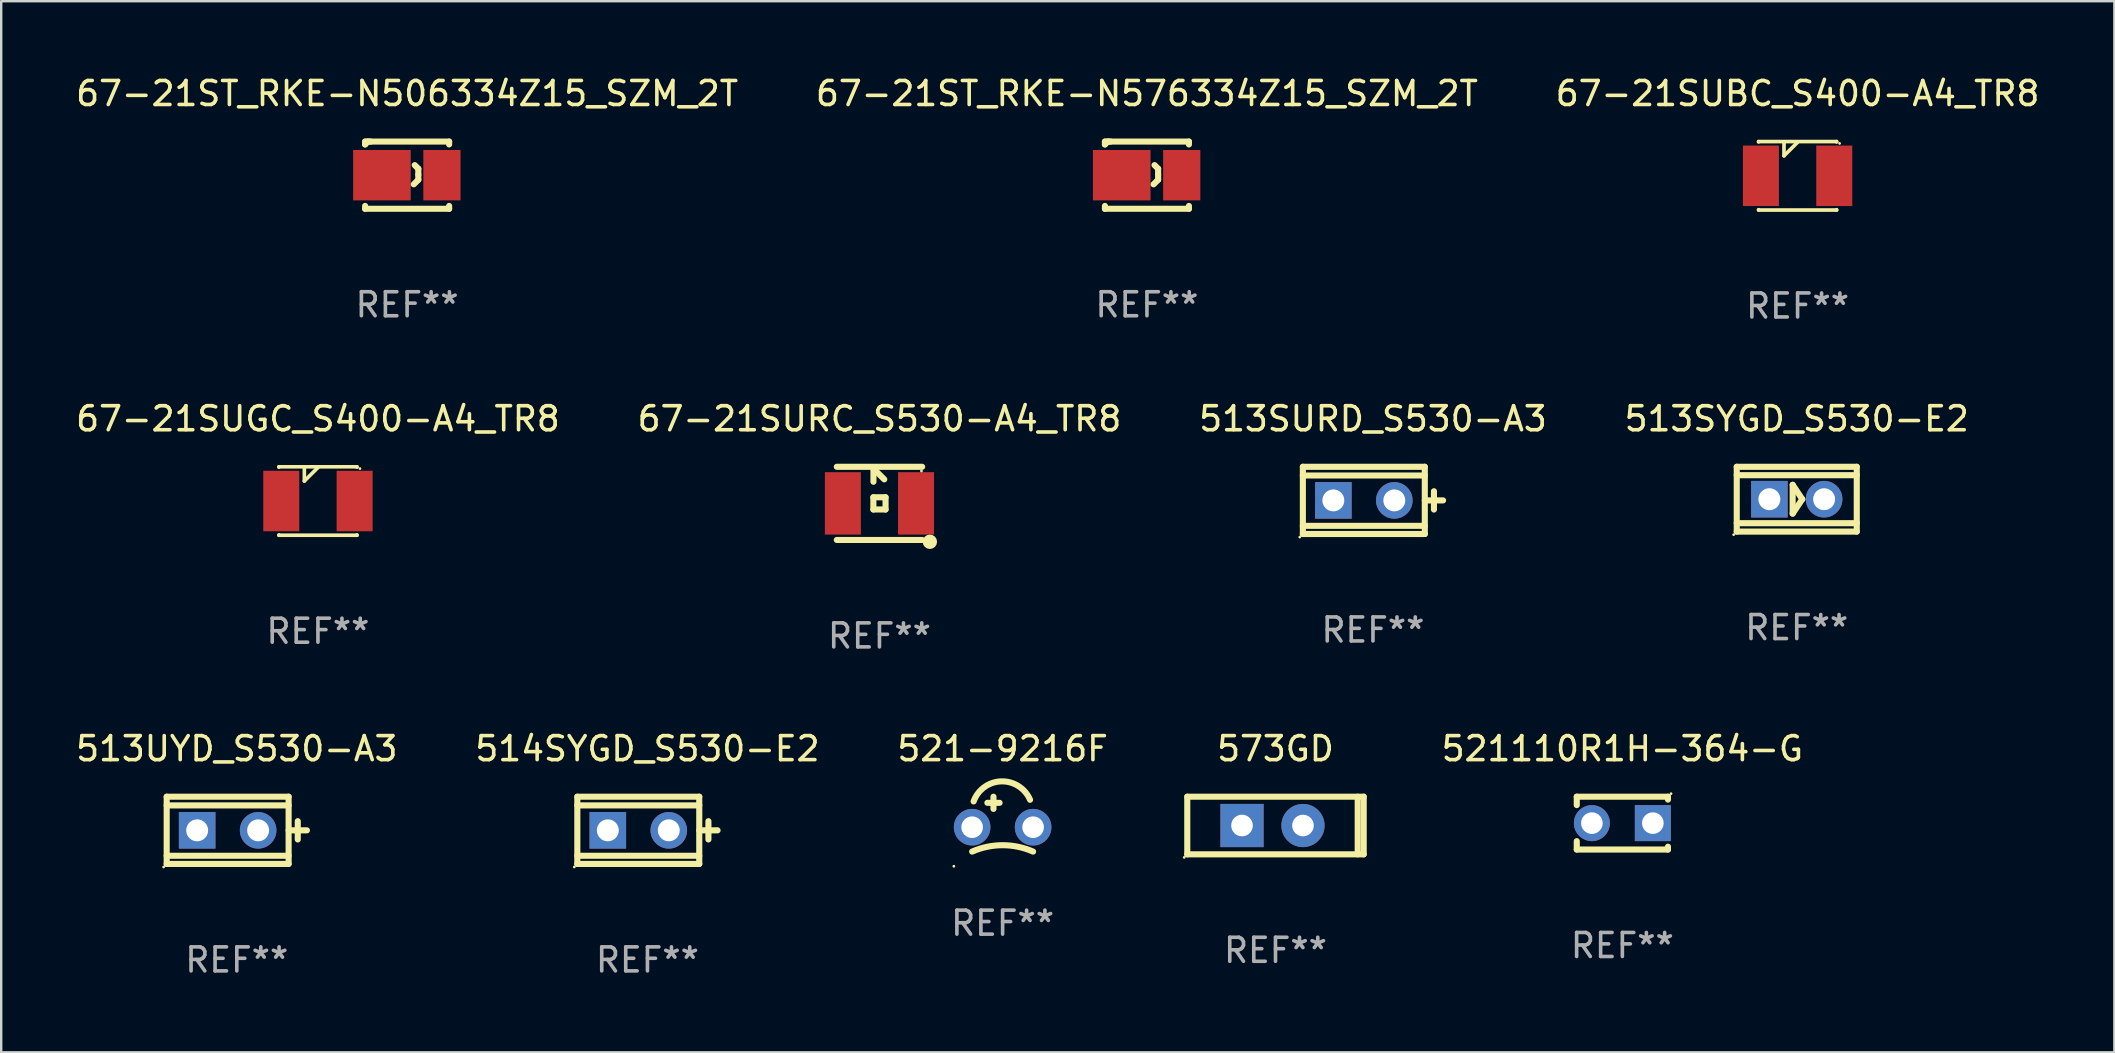
<source format=kicad_pcb>
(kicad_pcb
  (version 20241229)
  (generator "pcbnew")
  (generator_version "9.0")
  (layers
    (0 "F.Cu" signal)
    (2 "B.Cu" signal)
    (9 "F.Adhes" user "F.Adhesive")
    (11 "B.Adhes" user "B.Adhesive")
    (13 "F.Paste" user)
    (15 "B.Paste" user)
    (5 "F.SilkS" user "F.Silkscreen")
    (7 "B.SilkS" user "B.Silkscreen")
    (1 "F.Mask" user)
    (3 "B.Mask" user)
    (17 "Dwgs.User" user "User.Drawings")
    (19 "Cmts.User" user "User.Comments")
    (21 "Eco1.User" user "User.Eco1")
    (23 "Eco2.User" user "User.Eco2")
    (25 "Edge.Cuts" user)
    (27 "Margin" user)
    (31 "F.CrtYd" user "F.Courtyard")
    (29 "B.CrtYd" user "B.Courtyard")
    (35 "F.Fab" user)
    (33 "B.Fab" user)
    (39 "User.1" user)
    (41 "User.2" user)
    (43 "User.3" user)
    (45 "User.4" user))
  (footprint "67-21SURC_S530-A4_TR8"
    (layer "F.Cu")
    (at 33.589 17.921)
    (property "Reference" "67-21SURC_S530-A4_TR8" (at 0 -3.524 0) (layer "F.SilkS") (effects (font (size 1 1) (thickness 0.15))))
    (attr through_hole)
    (fp_line (start -0.254 -0.254) (end -0.254 0.254) (stroke (width 0.254) (type solid)) (layer "F.SilkS"))
    (fp_line (start -0.254 0.254) (end 0.254 0.254) (stroke (width 0.254) (type solid)) (layer "F.SilkS"))
    (fp_line (start -0.25 -1.45) (end 0.2 -1) (stroke (width 0.254) (type solid)) (layer "F.SilkS"))
    (fp_line (start -0.25 -0.9) (end -0.25 -1.45) (stroke (width 0.254) (type solid)) (layer "F.SilkS"))
    (fp_line (start 0.254 -0.254) (end -0.254 -0.254) (stroke (width 0.254) (type solid)) (layer "F.SilkS"))
    (fp_line (start 0.254 0.254) (end 0.254 -0.254) (stroke (width 0.254) (type solid)) (layer "F.SilkS"))
    (fp_line (start 1.778 -1.524) (end -1.778 -1.524) (stroke (width 0.254) (type solid)) (layer "F.SilkS"))
    (fp_line (start 1.778 1.524) (end -1.778 1.524) (stroke (width 0.254) (type solid)) (layer "F.SilkS"))
    (fp_circle (center 1.75 -1.35) (end 1.78 -1.35) (stroke (width 0.06) (type solid)) (fill no) (layer "F.SilkS"))
    (fp_circle (center 2.1 1.6) (end 2.25 1.6) (stroke (width 0.3) (type solid)) (fill no) (layer "F.SilkS"))
    (fp_text user "REF**" (at 0 5.524 0) (layer "F.Fab") (effects (font (size 1 1) (thickness 0.15))))
    (pad "1" smd rect (at 1.524 0 180) (size 1.5 2.6) (layers "F.Cu" "F.Mask" "F.Paste"))
    (pad "2" smd rect (at -1.524 0 180) (size 1.5 2.6) (layers "F.Cu" "F.Mask" "F.Paste")))
  (footprint "573GD"
    (layer "F.Cu")
    (at 50.088 31.342)
    (property "Reference" "573GD" (at 0 -3.2 0) (layer "F.SilkS") (effects (font (size 1 1) (thickness 0.15))))
    (attr through_hole)
    (fp_line (start -3.675 1.2) (end -3.675 -1.2) (stroke (width 0.254) (type solid)) (layer "F.SilkS"))
    (fp_line (start 3.425 1.2) (end 3.425 -1.2) (stroke (width 0.254) (type solid)) (layer "F.SilkS"))
    (fp_line (start 3.675 -1.2) (end -3.675 -1.2) (stroke (width 0.254) (type solid)) (layer "F.SilkS"))
    (fp_line (start 3.675 1.2) (end -3.675 1.2) (stroke (width 0.254) (type solid)) (layer "F.SilkS"))
    (fp_line (start 3.675 1.2) (end 3.675 -1.2) (stroke (width 0.254) (type solid)) (layer "F.SilkS"))
    (fp_circle (center -3.802 1.327) (end -3.772 1.327) (stroke (width 0.06) (type solid)) (fill no) (layer "F.SilkS"))
    (fp_text user "REF**" (at 0 5.2 0) (layer "F.Fab") (effects (font (size 1 1) (thickness 0.15))))
    (pad "1" thru_hole rect (at -1.395 0) (size 1.8 1.8) (drill 0.9) (layers "*.Cu" "*.Mask"))
    (pad "2" thru_hole circle (at 1.145 0) (size 1.8 1.8) (drill 0.9) (layers "*.Cu" "*.Mask")))
  (footprint "521-9216F"
    (layer "F.Cu")
    (at 38.72 30.777)
    (property "Reference" "521-9216F" (at 0 -2.635 0) (layer "F.SilkS") (effects (font (size 1 1) (thickness 0.15))))
    (attr through_hole)
    (fp_line (start -0.635 -0.381) (end -0.127 -0.381) (stroke (width 0.254) (type solid)) (layer "F.SilkS"))
    (fp_line (start -0.381 -0.635) (end -0.381 -0.127) (stroke (width 0.254) (type solid)) (layer "F.SilkS"))
    (fp_arc (start -1.270003 1.651003) (mid 0 1.384802) (end 1.270002 1.651003) (stroke (width 0.254001) (type solid)) (layer "F.SilkS"))
    (fp_arc (start -1.208153 -0.438913) (mid -0.056118 -1.274652) (end 1.143002 -0.508001) (stroke (width 0.254001) (type solid)) (layer "F.SilkS"))
    (fp_circle (center -2.032 2.261) (end -2.002 2.261) (stroke (width 0.06) (type solid)) (fill no) (layer "F.SilkS"))
    (fp_text user "REF**" (at 0 4.635 0) (layer "F.Fab") (effects (font (size 1 1) (thickness 0.15))))
    (pad "1" thru_hole circle (at -1.27 0.635) (size 1.524 1.524) (drill 0.9) (layers "*.Cu" "*.Mask"))
    (pad "2" thru_hole circle (at 1.27 0.635) (size 1.524 1.524) (drill 0.9) (layers "*.Cu" "*.Mask")))
  (footprint "513UYD_S530-A3"
    (layer "F.Cu")
    (at 6.815 31.542)
    (property "Reference" "513UYD_S530-A3" (at 0 -3.4 0) (layer "F.SilkS") (effects (font (size 1 1) (thickness 0.15))))
    (attr through_hole)
    (fp_line (start -2.921 -1.4) (end 2.159 -1.4) (stroke (width 0.254) (type solid)) (layer "F.SilkS"))
    (fp_line (start -2.921 -1.038) (end 2.159 -1.038) (stroke (width 0.254) (type solid)) (layer "F.SilkS"))
    (fp_line (start -2.921 1.06) (end 2.159 1.06) (stroke (width 0.254) (type solid)) (layer "F.SilkS"))
    (fp_line (start -2.921 1.4) (end -2.921 -1.4) (stroke (width 0.254) (type solid)) (layer "F.SilkS"))
    (fp_line (start 2.159 -1.4) (end 2.159 1.4) (stroke (width 0.254) (type solid)) (layer "F.SilkS"))
    (fp_line (start 2.159 0) (end 2.921 0) (stroke (width 0.254) (type solid)) (layer "F.SilkS"))
    (fp_line (start 2.159 1.4) (end -2.921 1.4) (stroke (width 0.254) (type solid)) (layer "F.SilkS"))
    (fp_line (start 2.54 -0.381) (end 2.54 0.381) (stroke (width 0.254) (type solid)) (layer "F.SilkS"))
    (fp_circle (center -3.048 1.527) (end -3.018 1.527) (stroke (width 0.06) (type solid)) (fill no) (layer "F.SilkS"))
    (fp_text user "REF**" (at 0 5.4 0) (layer "F.Fab") (effects (font (size 1 1) (thickness 0.15))))
    (pad "1" thru_hole rect (at -1.651 0) (size 1.524 1.524) (drill 0.914) (layers "*.Cu" "*.Mask"))
    (pad "2" thru_hole circle (at 0.889 0) (size 1.524 1.524) (drill 0.914) (layers "*.Cu" "*.Mask")))
  (footprint "67-21SUGC_S400-A4_TR8"
    (layer "F.Cu")
    (at 10.196 17.823)
    (property "Reference" "67-21SUGC_S400-A4_TR8" (at 0 -3.426 0) (layer "F.SilkS") (effects (font (size 1 1) (thickness 0.15))))
    (attr through_hole)
    (fp_line (start -1.626 -1.426) (end -1.626 -1.412) (stroke (width 0.152) (type solid)) (layer "F.SilkS"))
    (fp_line (start -1.626 1.426) (end -1.626 1.412) (stroke (width 0.152) (type solid)) (layer "F.SilkS"))
    (fp_line (start -0.566 -0.833) (end -0.566 -1.369) (stroke (width 0.152) (type solid)) (layer "F.SilkS"))
    (fp_line (start -0.000013 -1.397) (end -0.566 -0.833) (stroke (width 0.152) (type solid)) (layer "F.SilkS"))
    (fp_line (start 1.626 -1.426) (end -1.626 -1.426) (stroke (width 0.152) (type solid)) (layer "F.SilkS"))
    (fp_line (start 1.626 -1.412) (end 1.626 -1.426) (stroke (width 0.152) (type solid)) (layer "F.SilkS"))
    (fp_line (start 1.626 1.412) (end 1.626 1.426) (stroke (width 0.152) (type solid)) (layer "F.SilkS"))
    (fp_line (start 1.626 1.426) (end -1.626 1.426) (stroke (width 0.152) (type solid)) (layer "F.SilkS"))
    (fp_circle (center 1.75 -1.35) (end 1.78 -1.35) (stroke (width 0.06) (type solid)) (fill no) (layer "F.SilkS"))
    (fp_text user "REF**" (at 0 5.426 0) (layer "F.Fab") (effects (font (size 1 1) (thickness 0.15))))
    (pad "1" smd rect (at 1.528 0 180) (size 1.5 2.52) (layers "F.Cu" "F.Mask" "F.Paste"))
    (pad "2" smd rect (at -1.528 0 180) (size 1.5 2.52) (layers "F.Cu" "F.Mask" "F.Paste")))
  (footprint "67-21ST_RKE-N506334Z15_SZM_2T"
    (layer "F.Cu")
    (at 13.911 4.248)
    (property "Reference" "67-21ST_RKE-N506334Z15_SZM_2T" (at 0 -3.4 0) (layer "F.SilkS") (effects (font (size 1 1) (thickness 0.15))))
    (attr through_hole)
    (fp_line (start -1.75 -1.4) (end -1.75 -1.281) (stroke (width 0.254) (type solid)) (layer "F.SilkS"))
    (fp_line (start -1.75 -1.4) (end 1.75 -1.4) (stroke (width 0.254) (type solid)) (layer "F.SilkS"))
    (fp_line (start -1.75 1.281) (end -1.75 1.4) (stroke (width 0.254) (type solid)) (layer "F.SilkS"))
    (fp_line (start -1.631 -1.4) (end -1.75 -1.281) (stroke (width 0.254) (type solid)) (layer "F.SilkS"))
    (fp_line (start -1.513 -1.4) (end -1.631 -1.4) (stroke (width 0.254) (type solid)) (layer "F.SilkS"))
    (fp_line (start 0.277 0.381) (end 0.467 0.191) (stroke (width 0.254) (type solid)) (layer "F.SilkS"))
    (fp_line (start 0.467 -0.269) (end 0.317 -0.419) (stroke (width 0.254) (type solid)) (layer "F.SilkS"))
    (fp_line (start 0.467 -0.019) (end 0.467 -0.269) (stroke (width 0.254) (type solid)) (layer "F.SilkS"))
    (fp_line (start 0.467 0.191) (end 0.467 -0.019) (stroke (width 0.254) (type solid)) (layer "F.SilkS"))
    (fp_line (start 1.75 -1.4) (end 1.75 -1.281) (stroke (width 0.254) (type solid)) (layer "F.SilkS"))
    (fp_line (start 1.75 1.281) (end 1.75 1.4) (stroke (width 0.254) (type solid)) (layer "F.SilkS"))
    (fp_line (start 1.75 1.4) (end -1.75 1.4) (stroke (width 0.254) (type solid)) (layer "F.SilkS"))
    (fp_circle (center -1.775 1.4) (end -1.745 1.4) (stroke (width 0.06) (type solid)) (fill no) (layer "F.SilkS"))
    (fp_text user "REF**" (at 0 5.4 0) (layer "F.Fab") (effects (font (size 1 1) (thickness 0.15))))
    (pad "1" smd rect (at -1.05 0.000102) (size 2.4 2.1) (layers "F.Cu" "F.Mask" "F.Paste"))
    (pad "2" smd rect (at 1.45 0.000102) (size 1.55 2.1) (layers "F.Cu" "F.Mask" "F.Paste")))
  (footprint "67-21SUBC_S400-A4_TR8"
    (layer "F.Cu")
    (at 71.839 4.274)
    (property "Reference" "67-21SUBC_S400-A4_TR8" (at 0 -3.426 0) (layer "F.SilkS") (effects (font (size 1 1) (thickness 0.15))))
    (attr through_hole)
    (fp_line (start -1.626 -1.426) (end -1.626 -1.412) (stroke (width 0.152) (type solid)) (layer "F.SilkS"))
    (fp_line (start -1.626 1.426) (end -1.626 1.412) (stroke (width 0.152) (type solid)) (layer "F.SilkS"))
    (fp_line (start -0.566 -0.833) (end -0.566 -1.369) (stroke (width 0.152) (type solid)) (layer "F.SilkS"))
    (fp_line (start 0 -1.397) (end -0.566 -0.833) (stroke (width 0.152) (type solid)) (layer "F.SilkS"))
    (fp_line (start 1.626 -1.426) (end -1.626 -1.426) (stroke (width 0.152) (type solid)) (layer "F.SilkS"))
    (fp_line (start 1.626 -1.412) (end 1.626 -1.426) (stroke (width 0.152) (type solid)) (layer "F.SilkS"))
    (fp_line (start 1.626 1.412) (end 1.626 1.426) (stroke (width 0.152) (type solid)) (layer "F.SilkS"))
    (fp_line (start 1.626 1.426) (end -1.626 1.426) (stroke (width 0.152) (type solid)) (layer "F.SilkS"))
    (fp_circle (center 1.75 -1.35) (end 1.78 -1.35) (stroke (width 0.06) (type solid)) (fill no) (layer "F.SilkS"))
    (fp_text user "REF**" (at 0 5.426 0) (layer "F.Fab") (effects (font (size 1 1) (thickness 0.15))))
    (pad "1" smd rect (at 1.528 0 180) (size 1.5 2.52) (layers "F.Cu" "F.Mask" "F.Paste"))
    (pad "2" smd rect (at -1.528 0 180) (size 1.5 2.52) (layers "F.Cu" "F.Mask" "F.Paste")))
  (footprint "514SYGD_S530-E2"
    (layer "F.Cu")
    (at 23.923 31.542)
    (property "Reference" "514SYGD_S530-E2" (at 0 -3.4 0) (layer "F.SilkS") (effects (font (size 1 1) (thickness 0.15))))
    (attr through_hole)
    (fp_line (start -2.921 -1.4) (end 2.159 -1.4) (stroke (width 0.254) (type solid)) (layer "F.SilkS"))
    (fp_line (start -2.921 -1.038) (end 2.159 -1.038) (stroke (width 0.254) (type solid)) (layer "F.SilkS"))
    (fp_line (start -2.921 1.06) (end 2.159 1.06) (stroke (width 0.254) (type solid)) (layer "F.SilkS"))
    (fp_line (start -2.921 1.4) (end -2.921 -1.4) (stroke (width 0.254) (type solid)) (layer "F.SilkS"))
    (fp_line (start 2.159 -1.4) (end 2.159 1.4) (stroke (width 0.254) (type solid)) (layer "F.SilkS"))
    (fp_line (start 2.159 0) (end 2.921 0) (stroke (width 0.254) (type solid)) (layer "F.SilkS"))
    (fp_line (start 2.159 1.4) (end -2.921 1.4) (stroke (width 0.254) (type solid)) (layer "F.SilkS"))
    (fp_line (start 2.54 -0.381) (end 2.54 0.381) (stroke (width 0.254) (type solid)) (layer "F.SilkS"))
    (fp_circle (center -3.048 1.527) (end -3.018 1.527) (stroke (width 0.06) (type solid)) (fill no) (layer "F.SilkS"))
    (fp_text user "REF**" (at 0 5.4 0) (layer "F.Fab") (effects (font (size 1 1) (thickness 0.15))))
    (pad "1" thru_hole rect (at -1.651 0) (size 1.524 1.524) (drill 0.914) (layers "*.Cu" "*.Mask"))
    (pad "2" thru_hole circle (at 0.889 0) (size 1.524 1.524) (drill 0.914) (layers "*.Cu" "*.Mask")))
  (footprint "513SURD_S530-A3"
    (layer "F.Cu")
    (at 54.149 17.797)
    (property "Reference" "513SURD_S530-A3" (at 0 -3.4 0) (layer "F.SilkS") (effects (font (size 1 1) (thickness 0.15))))
    (attr through_hole)
    (fp_line (start -2.921 -1.4) (end 2.159 -1.4) (stroke (width 0.254) (type solid)) (layer "F.SilkS"))
    (fp_line (start -2.921 -1.038) (end 2.159 -1.038) (stroke (width 0.254) (type solid)) (layer "F.SilkS"))
    (fp_line (start -2.921 1.06) (end 2.159 1.06) (stroke (width 0.254) (type solid)) (layer "F.SilkS"))
    (fp_line (start -2.921 1.4) (end -2.921 -1.4) (stroke (width 0.254) (type solid)) (layer "F.SilkS"))
    (fp_line (start 2.159 -1.4) (end 2.159 1.4) (stroke (width 0.254) (type solid)) (layer "F.SilkS"))
    (fp_line (start 2.159 0) (end 2.921 0) (stroke (width 0.254) (type solid)) (layer "F.SilkS"))
    (fp_line (start 2.159 1.4) (end -2.921 1.4) (stroke (width 0.254) (type solid)) (layer "F.SilkS"))
    (fp_line (start 2.54 -0.381) (end 2.54 0.381) (stroke (width 0.254) (type solid)) (layer "F.SilkS"))
    (fp_circle (center -3.048 1.527) (end -3.018 1.527) (stroke (width 0.06) (type solid)) (fill no) (layer "F.SilkS"))
    (fp_text user "REF**" (at 0 5.4 0) (layer "F.Fab") (effects (font (size 1 1) (thickness 0.15))))
    (pad "1" thru_hole rect (at -1.651 0) (size 1.524 1.524) (drill 0.914) (layers "*.Cu" "*.Mask"))
    (pad "2" thru_hole circle (at 0.889 0) (size 1.524 1.524) (drill 0.914) (layers "*.Cu" "*.Mask")))
  (footprint "67-21ST_RKE-N576334Z15_SZM_2T"
    (layer "F.Cu")
    (at 44.732 4.248)
    (property "Reference" "67-21ST_RKE-N576334Z15_SZM_2T" (at 0 -3.4 0) (layer "F.SilkS") (effects (font (size 1 1) (thickness 0.15))))
    (attr through_hole)
    (fp_line (start -1.75 -1.4) (end -1.75 -1.281) (stroke (width 0.254) (type solid)) (layer "F.SilkS"))
    (fp_line (start -1.75 -1.4) (end 1.75 -1.4) (stroke (width 0.254) (type solid)) (layer "F.SilkS"))
    (fp_line (start -1.75 1.281) (end -1.75 1.4) (stroke (width 0.254) (type solid)) (layer "F.SilkS"))
    (fp_line (start -1.631 -1.4) (end -1.75 -1.281) (stroke (width 0.254) (type solid)) (layer "F.SilkS"))
    (fp_line (start -1.513 -1.4) (end -1.631 -1.4) (stroke (width 0.254) (type solid)) (layer "F.SilkS"))
    (fp_line (start 0.277 0.381) (end 0.467 0.191) (stroke (width 0.254) (type solid)) (layer "F.SilkS"))
    (fp_line (start 0.467 -0.269) (end 0.317 -0.419) (stroke (width 0.254) (type solid)) (layer "F.SilkS"))
    (fp_line (start 0.467 -0.019) (end 0.467 -0.269) (stroke (width 0.254) (type solid)) (layer "F.SilkS"))
    (fp_line (start 0.467 0.191) (end 0.467 -0.019) (stroke (width 0.254) (type solid)) (layer "F.SilkS"))
    (fp_line (start 1.75 -1.4) (end 1.75 -1.281) (stroke (width 0.254) (type solid)) (layer "F.SilkS"))
    (fp_line (start 1.75 1.281) (end 1.75 1.4) (stroke (width 0.254) (type solid)) (layer "F.SilkS"))
    (fp_line (start 1.75 1.4) (end -1.75 1.4) (stroke (width 0.254) (type solid)) (layer "F.SilkS"))
    (fp_circle (center -1.775 1.4) (end -1.745 1.4) (stroke (width 0.06) (type solid)) (fill no) (layer "F.SilkS"))
    (fp_text user "REF**" (at 0 5.4 0) (layer "F.Fab") (effects (font (size 1 1) (thickness 0.15))))
    (pad "1" smd rect (at -1.05 0.000102) (size 2.4 2.1) (layers "F.Cu" "F.Mask" "F.Paste"))
    (pad "2" smd rect (at 1.45 0.000102) (size 1.55 2.1) (layers "F.Cu" "F.Mask" "F.Paste")))
  (footprint "521110R1H-364-G"
    (layer "F.Cu")
    (at 64.539 31.242)
    (property "Reference" "521110R1H-364-G" (at 0 -3.1 0) (layer "F.SilkS") (effects (font (size 1 1) (thickness 0.15))))
    (attr through_hole)
    (fp_line (start -1.9 -1.1) (end -1.9 -0.751) (stroke (width 0.254) (type solid)) (layer "F.SilkS"))
    (fp_line (start -1.9 -1.1) (end 1.9 -1.1) (stroke (width 0.254) (type solid)) (layer "F.SilkS"))
    (fp_line (start -1.9 0.751) (end -1.9 1.1) (stroke (width 0.254) (type solid)) (layer "F.SilkS"))
    (fp_line (start -1.9 1.1) (end 1.9 1.1) (stroke (width 0.254) (type solid)) (layer "F.SilkS"))
    (fp_line (start 1.9 -1.1) (end 1.9 -0.981) (stroke (width 0.254) (type solid)) (layer "F.SilkS"))
    (fp_line (start 1.9 0.981) (end 1.9 1.1) (stroke (width 0.254) (type solid)) (layer "F.SilkS"))
    (fp_circle (center 2.027 -1.227) (end 2.057 -1.227) (stroke (width 0.06) (type solid)) (fill no) (layer "F.SilkS"))
    (fp_text user "REF**" (at 0 5.1 0) (layer "F.Fab") (effects (font (size 1 1) (thickness 0.15))))
    (pad "1" thru_hole rect (at 1.27 0) (size 1.5 1.5) (drill 0.9) (layers "*.Cu" "*.Mask"))
    (pad "2" thru_hole circle (at -1.27 0) (size 1.5 1.5) (drill 0.9) (layers "*.Cu" "*.Mask")))
  (footprint "513SYGD_S530-E2"
    (layer "F.Cu")
    (at 71.804 17.747)
    (property "Reference" "513SYGD_S530-E2" (at 0 -3.35 0) (layer "F.SilkS") (effects (font (size 1 1) (thickness 0.15))))
    (attr through_hole)
    (fp_line (start -2.5 -1) (end 2.5 -1) (stroke (width 0.254) (type solid)) (layer "F.SilkS"))
    (fp_line (start -2.5 -1.35) (end 2.5 -1.35) (stroke (width 0.254) (type solid)) (layer "F.SilkS"))
    (fp_line (start -2.5 1) (end 2.5 1) (stroke (width 0.254) (type solid)) (layer "F.SilkS"))
    (fp_line (start -2.5 1.35) (end -2.5 -1.35) (stroke (width 0.254) (type solid)) (layer "F.SilkS"))
    (fp_line (start -0.17 -0.6) (end 0.23 0) (stroke (width 0.254) (type solid)) (layer "F.SilkS"))
    (fp_line (start -0.17 0.6) (end -0.17 -0.6) (stroke (width 0.254) (type solid)) (layer "F.SilkS"))
    (fp_line (start 0.23 0) (end -0.17 0.6) (stroke (width 0.254) (type solid)) (layer "F.SilkS"))
    (fp_line (start 2.5 -1.35) (end 2.5 1.35) (stroke (width 0.254) (type solid)) (layer "F.SilkS"))
    (fp_line (start 2.5 1.35) (end -2.5 1.35) (stroke (width 0.254) (type solid)) (layer "F.SilkS"))
    (fp_circle (center -2.627 1.477) (end -2.597 1.477) (stroke (width 0.06) (type solid)) (fill no) (layer "F.SilkS"))
    (fp_text user "REF**" (at 0 5.35 0) (layer "F.Fab") (effects (font (size 1 1) (thickness 0.15))))
    (pad "1" thru_hole rect (at -1.14 0) (size 1.524 1.524) (drill 0.914) (layers "*.Cu" "*.Mask"))
    (pad "2" thru_hole circle (at 1.14 0) (size 1.524 1.524) (drill 0.914) (layers "*.Cu" "*.Mask")))
  (gr_rect
    (start -3 -3)
    (end 85.036 40.79)
    (stroke (width 0.1) (type default))
    (fill no)
    (layer "Edge.Cuts")))
</source>
